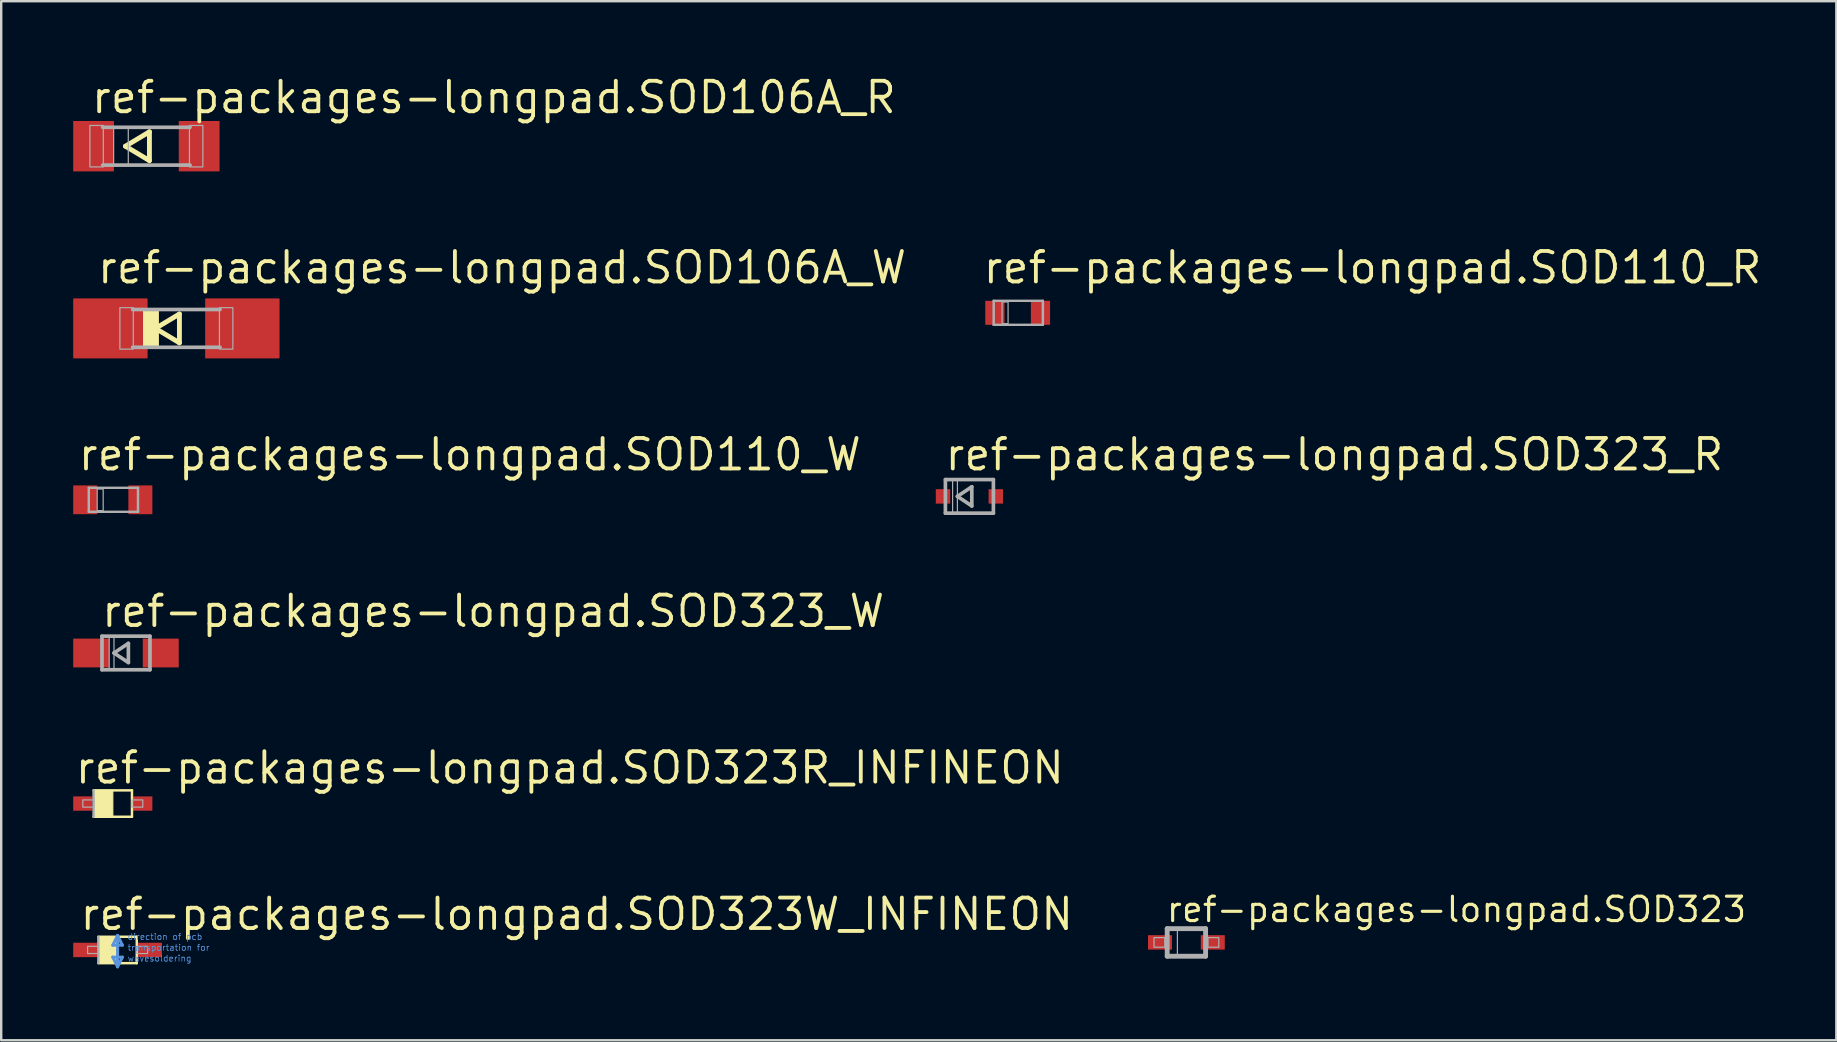
<source format=kicad_pcb>
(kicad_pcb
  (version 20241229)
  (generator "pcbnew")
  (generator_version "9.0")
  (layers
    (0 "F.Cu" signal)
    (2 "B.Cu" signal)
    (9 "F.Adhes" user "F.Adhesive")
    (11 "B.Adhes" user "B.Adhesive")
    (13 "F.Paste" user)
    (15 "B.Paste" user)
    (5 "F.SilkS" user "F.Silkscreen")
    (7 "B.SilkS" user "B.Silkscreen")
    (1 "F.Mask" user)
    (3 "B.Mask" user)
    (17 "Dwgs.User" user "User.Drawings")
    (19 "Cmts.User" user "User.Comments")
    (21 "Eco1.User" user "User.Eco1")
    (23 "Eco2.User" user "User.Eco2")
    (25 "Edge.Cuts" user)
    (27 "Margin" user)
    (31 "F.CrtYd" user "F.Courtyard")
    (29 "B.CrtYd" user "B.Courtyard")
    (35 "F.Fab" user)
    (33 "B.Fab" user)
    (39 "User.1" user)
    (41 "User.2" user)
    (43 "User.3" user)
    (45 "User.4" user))
  (footprint "ref-packages-longpad.SOD106A_W"
    (layer "F.Cu")
    (at 4.3 10.636)
    (property "Reference" "ref-packages-longpad.SOD106A_W" (at -3.374 -1.793 0) (layer "F.SilkS") (effects (font (size 1.27 1.27) (thickness 0.16)) (justify left bottom)))
    (attr smd)
    (fp_line (start -0.873 0) (end 0.127 0.6) (stroke (width 0.203) (type default)) (layer "F.SilkS"))
    (fp_line (start 0.127 -0.6) (end -0.873 0) (stroke (width 0.203) (type default)) (layer "F.SilkS"))
    (fp_line (start 0.127 0.6) (end 0.127 -0.6) (stroke (width 0.203) (type default)) (layer "F.SilkS"))
    (fp_rect (start -1.364 0.787) (end -0.754 -0.787) (stroke (width 0.05) (type default)) (fill yes) (layer "F.SilkS"))
    (fp_line (start 1.821 -0.787) (end -1.821 -0.787) (stroke (width 0.152) (type default)) (layer "F.Fab"))
    (fp_line (start 1.821 0.787) (end -1.821 0.787) (stroke (width 0.152) (type default)) (layer "F.Fab"))
    (fp_rect (start -2.354 0.864) (end -1.795 -0.864) (stroke (width 0.05) (type default)) (fill no) (layer "F.Fab"))
    (fp_rect (start 1.795 0.864) (end 2.354 -0.864) (stroke (width 0.05) (type default)) (fill no) (layer "F.Fab"))
    (pad "A" smd roundrect (at 2.75 0) (size 3.1 2.5) (layers "F.Cu" "F.Mask" "F.Paste") (roundrect_rratio 0.01))
    (pad "C" smd roundrect (at -2.75 0) (size 3.1 2.5) (layers "F.Cu" "F.Mask" "F.Paste") (roundrect_rratio 0.01)))
  (footprint "ref-packages-longpad.SOD323R_INFINEON"
    (layer "F.Cu")
    (at 1.65 30.438)
    (property "Reference" "ref-packages-longpad.SOD323R_INFINEON" (at -1.65 -0.75 0) (layer "F.SilkS") (effects (font (size 1.27 1.27) (thickness 0.16)) (justify left bottom)))
    (attr smd)
    (fp_line (start -0.8 -0.55) (end 0.8 -0.55) (stroke (width 0.102) (type default)) (layer "F.SilkS"))
    (fp_line (start 0.8 -0.55) (end 0.8 0.55) (stroke (width 0.102) (type default)) (layer "F.SilkS"))
    (fp_line (start 0.8 0.55) (end -0.8 0.55) (stroke (width 0.102) (type default)) (layer "F.SilkS"))
    (fp_rect (start -0.8 0.55) (end 0 -0.55) (stroke (width 0.05) (type default)) (fill yes) (layer "F.SilkS"))
    (fp_line (start -0.8 0.55) (end -0.8 -0.55) (stroke (width 0.102) (type default)) (layer "F.Fab"))
    (fp_rect (start -1.25 0.15) (end -0.8 -0.15) (stroke (width 0.05) (type default)) (fill no) (layer "F.Fab"))
    (fp_rect (start 0.8 0.15) (end 1.25 -0.15) (stroke (width 0.05) (type default)) (fill no) (layer "F.Fab"))
    (pad "A" smd roundrect (at 1.25 0) (size 0.8 0.6) (layers "F.Cu" "F.Mask" "F.Paste") (roundrect_rratio 0.01))
    (pad "C" smd roundrect (at -1.25 0) (size 0.8 0.6) (layers "F.Cu" "F.Mask" "F.Paste") (roundrect_rratio 0.01)))
  (footprint "ref-packages-longpad.SOD323"
    (layer "F.Cu")
    (at 46.392 36.225)
    (property "Reference" "ref-packages-longpad.SOD323" (at -0.9 -0.78 0) (layer "F.SilkS") (effects (font (size 1.016 1.016) (thickness 0.13)) (justify left bottom)))
    (attr smd)
    (fp_line (start -0.8 -0.575) (end 0.8 -0.575) (stroke (width 0.203) (type default)) (layer "F.Fab"))
    (fp_line (start -0.8 0.575) (end -0.8 -0.575) (stroke (width 0.203) (type default)) (layer "F.Fab"))
    (fp_line (start 0.8 -0.575) (end 0.8 0.575) (stroke (width 0.203) (type default)) (layer "F.Fab"))
    (fp_line (start 0.8 0.575) (end -0.8 0.575) (stroke (width 0.203) (type default)) (layer "F.Fab"))
    (fp_rect (start -1.35 0.2) (end -0.9 -0.2) (stroke (width 0.05) (type default)) (fill no) (layer "F.Fab"))
    (fp_rect (start -0.75 0.575) (end -0.375 -0.575) (stroke (width 0.05) (type default)) (fill no) (layer "F.Fab"))
    (fp_rect (start 0.9 0.2) (end 1.35 -0.2) (stroke (width 0.05) (type default)) (fill no) (layer "F.Fab"))
    (pad "1" smd roundrect (at -1.1 0) (size 1 0.6) (layers "F.Cu" "F.Mask" "F.Paste") (roundrect_rratio 0.01))
    (pad "2" smd roundrect (at 1.1 0) (size 1 0.6) (layers "F.Cu" "F.Mask" "F.Paste") (roundrect_rratio 0.01)))
  (footprint "ref-packages-longpad.SOD323_W"
    (layer "F.Cu")
    (at 2.2 24.162)
    (property "Reference" "ref-packages-longpad.SOD323_W" (at -1.1 -1 0) (layer "F.SilkS") (effects (font (size 1.27 1.27) (thickness 0.16)) (justify left bottom)))
    (attr smd)
    (fp_line (start -1 -0.7) (end 1 -0.7) (stroke (width 0.152) (type default)) (layer "F.Fab"))
    (fp_line (start -1 0.7) (end -1 -0.7) (stroke (width 0.152) (type default)) (layer "F.Fab"))
    (fp_line (start -0.5 0) (end 0.1 -0.4) (stroke (width 0.152) (type default)) (layer "F.Fab"))
    (fp_line (start 0.1 -0.4) (end 0.1 0.4) (stroke (width 0.152) (type default)) (layer "F.Fab"))
    (fp_line (start 0.1 0.4) (end -0.5 0) (stroke (width 0.152) (type default)) (layer "F.Fab"))
    (fp_line (start 1 -0.7) (end 1 0.7) (stroke (width 0.152) (type default)) (layer "F.Fab"))
    (fp_line (start 1 0.7) (end -1 0.7) (stroke (width 0.152) (type default)) (layer "F.Fab"))
    (fp_rect (start -0.7 0.7) (end -0.5 -0.7) (stroke (width 0.05) (type default)) (fill no) (layer "F.Fab"))
    (pad "A" smd roundrect (at 1.45 0) (size 1.5 1.2) (layers "F.Cu" "F.Mask" "F.Paste") (roundrect_rratio 0.01))
    (pad "C" smd roundrect (at -1.45 0) (size 1.5 1.2) (layers "F.Cu" "F.Mask" "F.Paste") (roundrect_rratio 0.01)))
  (footprint "ref-packages-longpad.SOD110_W"
    (layer "F.Cu")
    (at 1.65 17.779)
    (property "Reference" "ref-packages-longpad.SOD110_W" (at -1.524 -1.143 0) (layer "F.SilkS") (effects (font (size 1.27 1.27) (thickness 0.16)) (justify left bottom)))
    (attr smd)
    (fp_line (start -1 -0.5) (end 1.05 -0.5) (stroke (width 0.102) (type default)) (layer "F.Fab"))
    (fp_line (start -1 0.5) (end -1 -0.5) (stroke (width 0.102) (type default)) (layer "F.Fab"))
    (fp_line (start 1.05 -0.5) (end 1.05 0.5) (stroke (width 0.102) (type default)) (layer "F.Fab"))
    (fp_line (start 1.05 0.5) (end -1 0.5) (stroke (width 0.102) (type default)) (layer "F.Fab"))
    (fp_rect (start -0.65 0.45) (end -0.4 -0.45) (stroke (width 0.05) (type default)) (fill no) (layer "F.Fab"))
    (pad "A" smd roundrect (at 1.15 0) (size 1 1.2) (layers "F.Cu" "F.Mask" "F.Paste") (roundrect_rratio 0.01))
    (pad "C" smd roundrect (at -1.15 0) (size 1 1.2) (layers "F.Cu" "F.Mask" "F.Paste") (roundrect_rratio 0.01)))
  (footprint "ref-packages-longpad.SOD323W_INFINEON"
    (layer "F.Cu")
    (at 1.85 36.539)
    (property "Reference" "ref-packages-longpad.SOD323W_INFINEON" (at -1.65 -0.75 0) (layer "F.SilkS") (effects (font (size 1.27 1.27) (thickness 0.16)) (justify left bottom)))
    (attr smd)
    (fp_line (start -0.8 -0.55) (end 0.8 -0.55) (stroke (width 0.102) (type default)) (layer "F.SilkS"))
    (fp_line (start 0.8 -0.55) (end 0.8 0.55) (stroke (width 0.102) (type default)) (layer "F.SilkS"))
    (fp_line (start 0.8 0.55) (end -0.8 0.55) (stroke (width 0.102) (type default)) (layer "F.SilkS"))
    (fp_rect (start -0.8 0.55) (end 0 -0.55) (stroke (width 0.05) (type default)) (fill yes) (layer "F.SilkS"))
    (fp_line (start -0.2 -0.2) (end 0.2 -0.2) (stroke (width 0.127) (type default)) (layer "Cmts.User"))
    (fp_line (start -0.2 0.3) (end 0 0.7) (stroke (width 0.127) (type default)) (layer "Cmts.User"))
    (fp_line (start 0 -0.6) (end -0.2 -0.2) (stroke (width 0.127) (type default)) (layer "Cmts.User"))
    (fp_line (start 0 0.7) (end 0 -0.6) (stroke (width 0.127) (type default)) (layer "Cmts.User"))
    (fp_line (start 0 0.7) (end 0.2 0.3) (stroke (width 0.127) (type default)) (layer "Cmts.User"))
    (fp_line (start 0.2 -0.2) (end 0 -0.6) (stroke (width 0.127) (type default)) (layer "Cmts.User"))
    (fp_line (start 0.2 0.3) (end -0.2 0.3) (stroke (width 0.127) (type default)) (layer "Cmts.User"))
    (fp_line (start -0.8 0.55) (end -0.8 -0.55) (stroke (width 0.102) (type default)) (layer "F.Fab"))
    (fp_rect (start -1.25 0.15) (end -0.8 -0.15) (stroke (width 0.05) (type default)) (fill no) (layer "F.Fab"))
    (fp_rect (start 0.8 0.15) (end 1.25 -0.15) (stroke (width 0.05) (type default)) (fill no) (layer "F.Fab"))
    (fp_text user "direction of pcb" (at 0.4 -0.4 0) (layer "Cmts.User") (effects (font (size 0.254 0.254) (thickness 0.03)) (justify left bottom)))
    (fp_text user "transportation for" (at 0.4 0.05 0) (layer "Cmts.User") (effects (font (size 0.254 0.254) (thickness 0.03)) (justify left bottom)))
    (fp_text user "wavesoldering" (at 0.4 0.5 0) (layer "Cmts.User") (effects (font (size 0.254 0.254) (thickness 0.03)) (justify left bottom)))
    (pad "A" smd roundrect (at 1.35 0) (size 1 0.6) (layers "F.Cu" "F.Mask" "F.Paste") (roundrect_rratio 0.01))
    (pad "C" smd roundrect (at -1.35 0) (size 1 0.6) (layers "F.Cu" "F.Mask" "F.Paste") (roundrect_rratio 0.01)))
  (footprint "ref-packages-longpad.SOD323_R"
    (layer "F.Cu")
    (at 37.349 17.636)
    (property "Reference" "ref-packages-longpad.SOD323_R" (at -1.1 -1 0) (layer "F.SilkS") (effects (font (size 1.27 1.27) (thickness 0.16)) (justify left bottom)))
    (attr smd)
    (fp_line (start -1 -0.7) (end 1 -0.7) (stroke (width 0.152) (type default)) (layer "F.Fab"))
    (fp_line (start -1 0.7) (end -1 -0.7) (stroke (width 0.152) (type default)) (layer "F.Fab"))
    (fp_line (start -0.5 0) (end 0.1 -0.4) (stroke (width 0.152) (type default)) (layer "F.Fab"))
    (fp_line (start 0.1 -0.4) (end 0.1 0.4) (stroke (width 0.152) (type default)) (layer "F.Fab"))
    (fp_line (start 0.1 0.4) (end -0.5 0) (stroke (width 0.152) (type default)) (layer "F.Fab"))
    (fp_line (start 1 -0.7) (end 1 0.7) (stroke (width 0.152) (type default)) (layer "F.Fab"))
    (fp_line (start 1 0.7) (end -1 0.7) (stroke (width 0.152) (type default)) (layer "F.Fab"))
    (fp_rect (start -0.7 0.7) (end -0.5 -0.7) (stroke (width 0.05) (type default)) (fill no) (layer "F.Fab"))
    (pad "A" smd roundrect (at 1.1 0) (size 0.6 0.6) (layers "F.Cu" "F.Mask" "F.Paste") (roundrect_rratio 0.01))
    (pad "C" smd roundrect (at -1.1 0) (size 0.6 0.6) (layers "F.Cu" "F.Mask" "F.Paste") (roundrect_rratio 0.01)))
  (footprint "ref-packages-longpad.SOD106A_R"
    (layer "F.Cu")
    (at 3.05 3.043)
    (property "Reference" "ref-packages-longpad.SOD106A_R" (at -2.374 -1.293 0) (layer "F.SilkS") (effects (font (size 1.27 1.27) (thickness 0.16)) (justify left bottom)))
    (attr smd)
    (fp_line (start -0.873 0) (end 0.127 0.6) (stroke (width 0.203) (type default)) (layer "F.SilkS"))
    (fp_line (start 0.127 -0.6) (end -0.873 0) (stroke (width 0.203) (type default)) (layer "F.SilkS"))
    (fp_line (start 0.127 0.6) (end 0.127 -0.6) (stroke (width 0.203) (type default)) (layer "F.SilkS"))
    (fp_line (start 1.821 -0.787) (end -1.821 -0.787) (stroke (width 0.152) (type default)) (layer "F.Fab"))
    (fp_line (start 1.821 0.787) (end -1.821 0.787) (stroke (width 0.152) (type default)) (layer "F.Fab"))
    (fp_rect (start -2.354 0.864) (end -1.795 -0.864) (stroke (width 0.05) (type default)) (fill no) (layer "F.Fab"))
    (fp_rect (start -1.364 0.787) (end -0.754 -0.787) (stroke (width 0.05) (type default)) (fill no) (layer "F.Fab"))
    (fp_rect (start 1.795 0.864) (end 2.354 -0.864) (stroke (width 0.05) (type default)) (fill no) (layer "F.Fab"))
    (pad "A" smd roundrect (at 2.2 0) (size 1.7 2.1) (layers "F.Cu" "F.Mask" "F.Paste") (roundrect_rratio 0.01))
    (pad "C" smd roundrect (at -2.2 0) (size 1.7 2.1) (layers "F.Cu" "F.Mask" "F.Paste") (roundrect_rratio 0.01)))
  (footprint "ref-packages-longpad.SOD110_R"
    (layer "F.Cu")
    (at 39.361 9.986)
    (property "Reference" "ref-packages-longpad.SOD110_R" (at -1.524 -1.143 0) (layer "F.SilkS") (effects (font (size 1.27 1.27) (thickness 0.16)) (justify left bottom)))
    (attr smd)
    (fp_line (start -1 -0.5) (end 1.05 -0.5) (stroke (width 0.102) (type default)) (layer "F.Fab"))
    (fp_line (start -1 0.5) (end -1 -0.5) (stroke (width 0.102) (type default)) (layer "F.Fab"))
    (fp_line (start 1.05 -0.5) (end 1.05 0.5) (stroke (width 0.102) (type default)) (layer "F.Fab"))
    (fp_line (start 1.05 0.5) (end -1 0.5) (stroke (width 0.102) (type default)) (layer "F.Fab"))
    (fp_rect (start -0.65 0.45) (end -0.4 -0.45) (stroke (width 0.05) (type default)) (fill no) (layer "F.Fab"))
    (pad "A" smd roundrect (at 0.95 0) (size 0.8 1) (layers "F.Cu" "F.Mask" "F.Paste") (roundrect_rratio 0.01))
    (pad "C" smd roundrect (at -0.95 0) (size 0.8 1) (layers "F.Cu" "F.Mask" "F.Paste") (roundrect_rratio 0.01)))
  (gr_rect
    (start -3 -3)
    (end 73.478 40.303)
    (stroke (width 0.1) (type default))
    (fill no)
    (layer "Edge.Cuts")))
</source>
